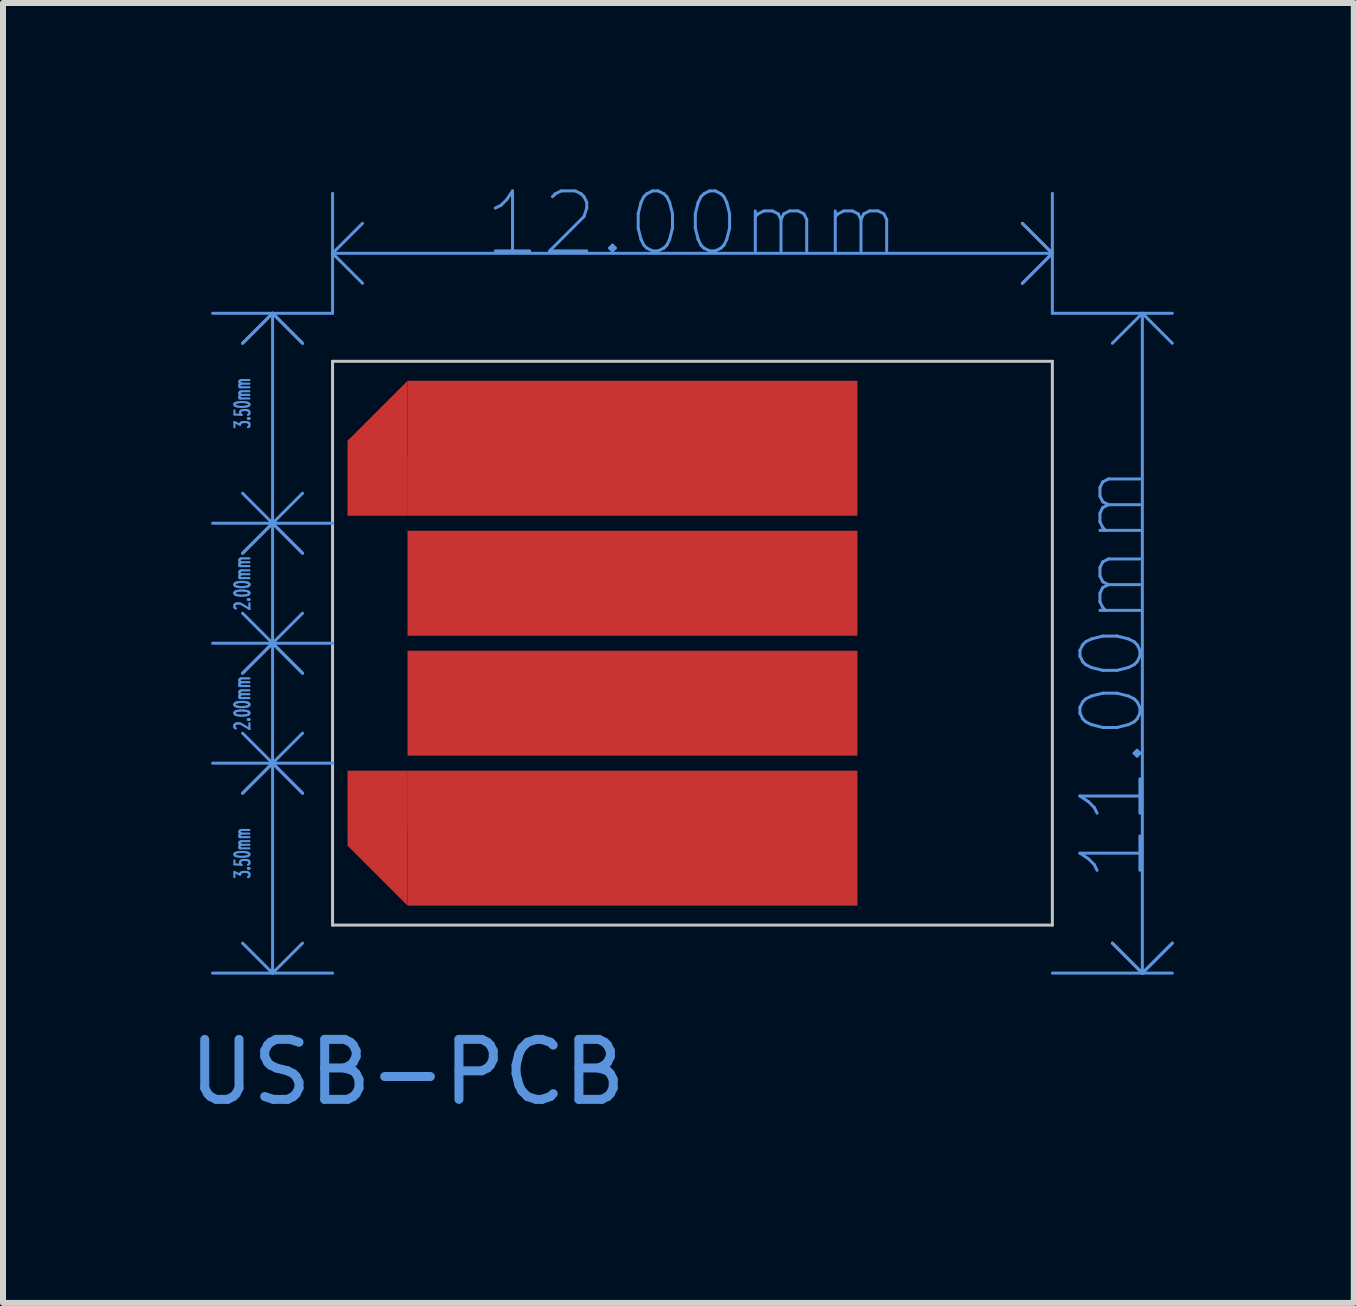
<source format=kicad_pcb>
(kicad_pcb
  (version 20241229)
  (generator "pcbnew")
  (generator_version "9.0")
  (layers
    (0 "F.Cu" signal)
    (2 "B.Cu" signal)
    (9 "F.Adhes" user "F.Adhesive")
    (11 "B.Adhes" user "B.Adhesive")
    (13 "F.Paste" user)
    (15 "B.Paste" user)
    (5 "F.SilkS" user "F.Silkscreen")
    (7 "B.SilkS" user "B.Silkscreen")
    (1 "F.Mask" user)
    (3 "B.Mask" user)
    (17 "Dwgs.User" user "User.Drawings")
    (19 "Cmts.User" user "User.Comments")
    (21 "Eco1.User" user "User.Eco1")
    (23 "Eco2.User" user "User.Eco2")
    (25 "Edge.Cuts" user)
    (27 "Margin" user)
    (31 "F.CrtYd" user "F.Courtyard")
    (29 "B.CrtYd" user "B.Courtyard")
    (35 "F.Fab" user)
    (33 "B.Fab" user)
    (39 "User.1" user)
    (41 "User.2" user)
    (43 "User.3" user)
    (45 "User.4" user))
  (footprint "USB-PCB"
    (layer "F.Cu")
    (at 2.494 13.173)
    (property "Reference" "USB-PCB" (at 1.25 1.65 0) (layer "Cmts.User") (effects (font (size 1 1) (thickness 0.15))))
    (attr exclude_from_pos_files exclude_from_bom)
    (fp_line (start 0 -0.8) (end 0 -10.2) (stroke (width 0.05) (type solid)) (layer "Dwgs.User"))
    (fp_line (start 12 -10.2) (end 0 -10.2) (stroke (width 0.05) (type solid)) (layer "Dwgs.User"))
    (fp_line (start 12 -0.8) (end 0 -0.8) (stroke (width 0.05) (type solid)) (layer "Dwgs.User"))
    (fp_line (start 12 -0.8) (end 12 -10.2) (stroke (width 0.05) (type solid)) (layer "Dwgs.User"))
    (fp_line (start -1.5 -10.5) (end -1 -11) (stroke (width 0.05) (type solid)) (layer "Cmts.User"))
    (fp_line (start -1.5 -7) (end -1 -7.5) (stroke (width 0.05) (type solid)) (layer "Cmts.User"))
    (fp_line (start -1.5 -5) (end -1 -5.5) (stroke (width 0.05) (type solid)) (layer "Cmts.User"))
    (fp_line (start -1.5 -3) (end -1 -3.5) (stroke (width 0.05) (type solid)) (layer "Cmts.User"))
    (fp_line (start -1 -11) (end -1.5 -10.5) (stroke (width 0.05) (type solid)) (layer "Cmts.User"))
    (fp_line (start -1 -11) (end -1 -7.5) (stroke (width 0.05) (type solid)) (layer "Cmts.User"))
    (fp_line (start -1 -11) (end -0.5 -10.5) (stroke (width 0.05) (type solid)) (layer "Cmts.User"))
    (fp_line (start -1 -7.5) (end -1.5 -8) (stroke (width 0.05) (type solid)) (layer "Cmts.User"))
    (fp_line (start -1 -7.5) (end -1.5 -7) (stroke (width 0.05) (type solid)) (layer "Cmts.User"))
    (fp_line (start -1 -7.5) (end -1 -5.5) (stroke (width 0.05) (type solid)) (layer "Cmts.User"))
    (fp_line (start -1 -7.5) (end -0.5 -8) (stroke (width 0.05) (type solid)) (layer "Cmts.User"))
    (fp_line (start -1 -7.5) (end -0.5 -7) (stroke (width 0.05) (type solid)) (layer "Cmts.User"))
    (fp_line (start -1 -5.5) (end -1.5 -6) (stroke (width 0.05) (type solid)) (layer "Cmts.User"))
    (fp_line (start -1 -5.5) (end -1.5 -5) (stroke (width 0.05) (type solid)) (layer "Cmts.User"))
    (fp_line (start -1 -5.5) (end -1 -3.5) (stroke (width 0.05) (type solid)) (layer "Cmts.User"))
    (fp_line (start -1 -5.5) (end -0.5 -6) (stroke (width 0.05) (type solid)) (layer "Cmts.User"))
    (fp_line (start -1 -5.5) (end -0.5 -5) (stroke (width 0.05) (type solid)) (layer "Cmts.User"))
    (fp_line (start -1 -3.5) (end -1.5 -4) (stroke (width 0.05) (type solid)) (layer "Cmts.User"))
    (fp_line (start -1 -3.5) (end -1.5 -3) (stroke (width 0.05) (type solid)) (layer "Cmts.User"))
    (fp_line (start -1 -3.5) (end -1 0) (stroke (width 0.05) (type solid)) (layer "Cmts.User"))
    (fp_line (start -1 -3.5) (end -0.5 -4) (stroke (width 0.05) (type solid)) (layer "Cmts.User"))
    (fp_line (start -1 -3.5) (end -0.5 -3) (stroke (width 0.05) (type solid)) (layer "Cmts.User"))
    (fp_line (start -1 0) (end -1.5 -0.5) (stroke (width 0.05) (type solid)) (layer "Cmts.User"))
    (fp_line (start -1 0) (end -0.5 -0.5) (stroke (width 0.05) (type solid)) (layer "Cmts.User"))
    (fp_line (start -0.5 -10.5) (end -1 -11) (stroke (width 0.05) (type solid)) (layer "Cmts.User"))
    (fp_line (start -0.5 -7) (end -1 -7.5) (stroke (width 0.05) (type solid)) (layer "Cmts.User"))
    (fp_line (start -0.5 -5) (end -1 -5.5) (stroke (width 0.05) (type solid)) (layer "Cmts.User"))
    (fp_line (start -0.5 -3) (end -1 -3.5) (stroke (width 0.05) (type solid)) (layer "Cmts.User"))
    (fp_line (start 0 -12) (end 0.5 -12.5) (stroke (width 0.05) (type solid)) (layer "Cmts.User"))
    (fp_line (start 0 -12) (end 0.5 -11.5) (stroke (width 0.05) (type solid)) (layer "Cmts.User"))
    (fp_line (start 0 -11) (end -2 -11) (stroke (width 0.05) (type solid)) (layer "Cmts.User"))
    (fp_line (start 0 -11) (end 0 -13) (stroke (width 0.05) (type solid)) (layer "Cmts.User"))
    (fp_line (start 0 -7.5) (end -2 -7.5) (stroke (width 0.05) (type solid)) (layer "Cmts.User"))
    (fp_line (start 0 -5.5) (end -2 -5.5) (stroke (width 0.05) (type solid)) (layer "Cmts.User"))
    (fp_line (start 0 -3.5) (end -2 -3.5) (stroke (width 0.05) (type solid)) (layer "Cmts.User"))
    (fp_line (start 0 0) (end -2 0) (stroke (width 0.05) (type solid)) (layer "Cmts.User"))
    (fp_line (start 11.5 -12.5) (end 12 -12) (stroke (width 0.05) (type solid)) (layer "Cmts.User"))
    (fp_line (start 11.5 -11.5) (end 12 -12) (stroke (width 0.05) (type solid)) (layer "Cmts.User"))
    (fp_line (start 12 -12) (end 0 -12) (stroke (width 0.05) (type solid)) (layer "Cmts.User"))
    (fp_line (start 12 -12) (end 11.5 -12.5) (stroke (width 0.05) (type solid)) (layer "Cmts.User"))
    (fp_line (start 12 -12) (end 11.5 -11.5) (stroke (width 0.05) (type solid)) (layer "Cmts.User"))
    (fp_line (start 12 -11) (end 12 -13) (stroke (width 0.05) (type solid)) (layer "Cmts.User"))
    (fp_line (start 12 -11) (end 14 -11) (stroke (width 0.05) (type solid)) (layer "Cmts.User"))
    (fp_line (start 12 0) (end 14 0) (stroke (width 0.05) (type solid)) (layer "Cmts.User"))
    (fp_line (start 13 -0.5) (end 13.5 0) (stroke (width 0.05) (type solid)) (layer "Cmts.User"))
    (fp_line (start 13.5 -11) (end 13 -10.5) (stroke (width 0.05) (type solid)) (layer "Cmts.User"))
    (fp_line (start 13.5 -11) (end 14 -10.5) (stroke (width 0.05) (type solid)) (layer "Cmts.User"))
    (fp_line (start 13.5 0) (end 13 -0.5) (stroke (width 0.05) (type solid)) (layer "Cmts.User"))
    (fp_line (start 13.5 0) (end 13.5 -11) (stroke (width 0.05) (type solid)) (layer "Cmts.User"))
    (fp_line (start 13.5 0) (end 14 -0.5) (stroke (width 0.05) (type solid)) (layer "Cmts.User"))
    (fp_line (start 14 -0.5) (end 13.5 0) (stroke (width 0.05) (type solid)) (layer "Cmts.User"))
    (fp_text user "3.50mm" (at -1.5 -2 90) (layer "Cmts.User") (effects (font (size 0.25 0.14) (thickness 0.035))))
    (fp_text user "2.00mm" (at -1.5 -4.5 90) (layer "Cmts.User") (effects (font (size 0.25 0.15) (thickness 0.037))))
    (fp_text user "2.00mm" (at -1.5 -6.5 90) (layer "Cmts.User") (effects (font (size 0.25 0.15) (thickness 0.037))))
    (fp_text user "12.00mm" (at 6 -12.5 0) (layer "Cmts.User") (effects (font (size 1 1) (thickness 0.05))))
    (fp_text user "3.50mm" (at -1.5 -9.5 90) (layer "Cmts.User") (effects (font (size 0.25 0.14) (thickness 0.035))))
    (fp_text user "11.00mm" (at 13 -5 90) (layer "Cmts.User") (effects (font (size 1 1) (thickness 0.05))))
    (pad "1" connect rect (at 0.75 -2.875 180) (size 1 1) (layers "F.Cu" "F.Mask"))
    (pad "1" connect trapezoid (at 0.75 -2.25 180) (size 1 1.25) (rect_delta 1 0) (layers "F.Cu" "F.Mask"))
    (pad "1" connect rect (at 5 -2.25) (size 7.5 2.25) (layers "F.Cu" "F.Mask"))
    (pad "2" connect rect (at 5 -4.5) (size 7.5 1.75) (layers "F.Cu" "F.Mask"))
    (pad "3" connect rect (at 5 -6.5) (size 7.5 1.75) (layers "F.Cu" "F.Mask"))
    (pad "4" connect trapezoid (at 0.75 -8.75 180) (size 1 1.25) (rect_delta 1 0) (layers "F.Cu" "F.Mask"))
    (pad "4" connect rect (at 0.75 -8.125 180) (size 1 1) (layers "F.Cu" "F.Mask"))
    (pad "4" connect rect (at 5 -8.75) (size 7.5 2.25) (layers "F.Cu" "F.Mask")))
  (gr_rect
    (start -3 -3)
    (end 19.519 18.671)
    (stroke (width 0.1) (type default))
    (fill no)
    (layer "Edge.Cuts")))
</source>
